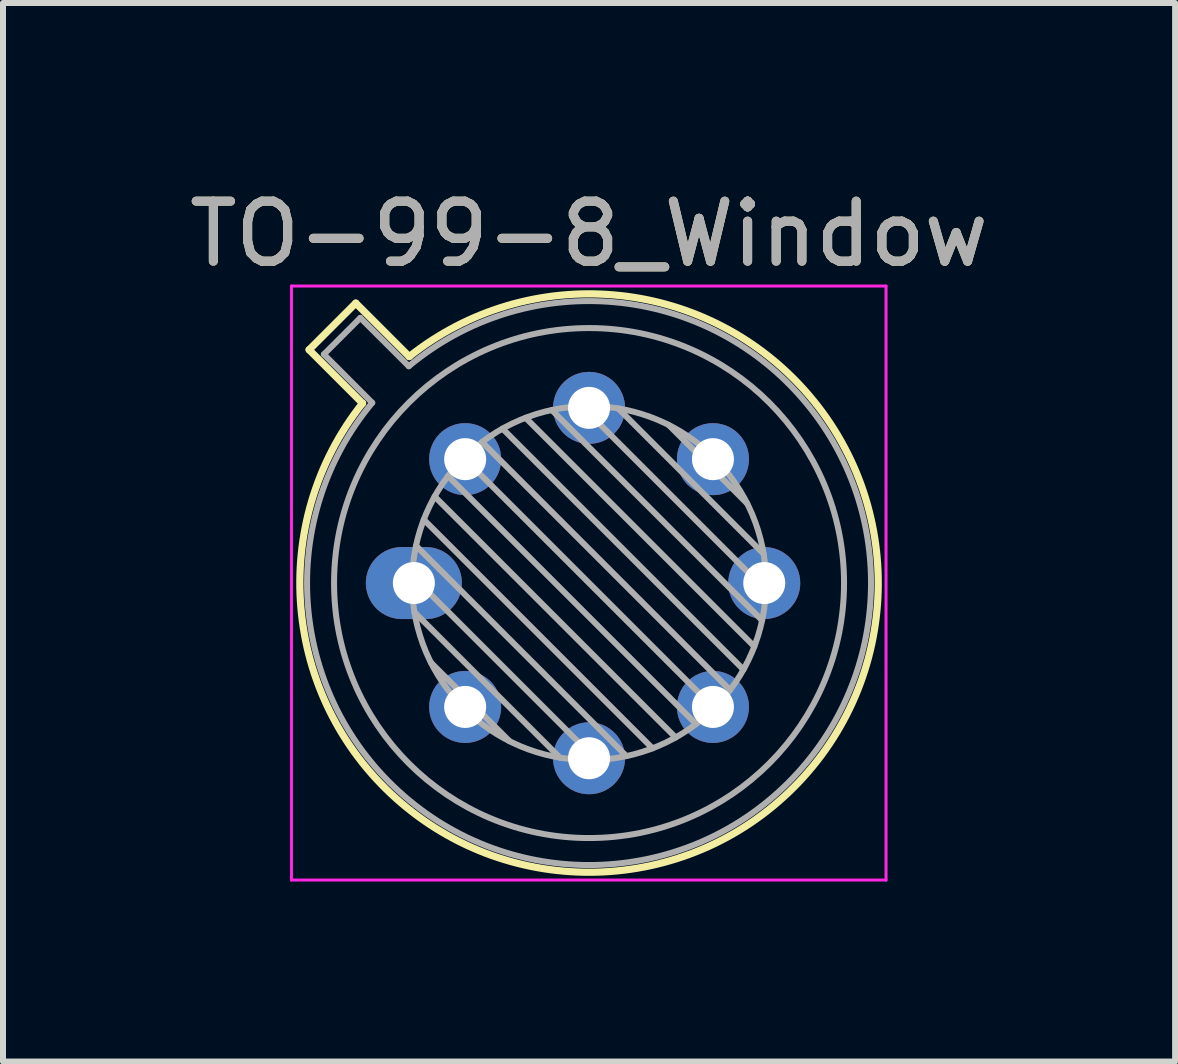
<source format=kicad_pcb>
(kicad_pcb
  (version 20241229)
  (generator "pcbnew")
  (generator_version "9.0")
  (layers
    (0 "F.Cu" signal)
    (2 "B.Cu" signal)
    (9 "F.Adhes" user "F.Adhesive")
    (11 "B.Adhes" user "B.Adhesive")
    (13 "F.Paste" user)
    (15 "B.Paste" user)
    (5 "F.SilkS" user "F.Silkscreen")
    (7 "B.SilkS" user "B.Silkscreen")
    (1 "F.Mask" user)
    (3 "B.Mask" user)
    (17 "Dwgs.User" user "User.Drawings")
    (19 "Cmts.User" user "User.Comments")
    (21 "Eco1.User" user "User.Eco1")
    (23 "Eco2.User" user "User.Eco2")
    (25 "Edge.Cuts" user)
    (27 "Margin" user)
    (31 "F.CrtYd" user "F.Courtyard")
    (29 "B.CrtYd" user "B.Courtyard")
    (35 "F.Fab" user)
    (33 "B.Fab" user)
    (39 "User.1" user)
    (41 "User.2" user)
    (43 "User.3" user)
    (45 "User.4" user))
  (footprint "TO-99-8_Window"
    (layer "F.Cu")
    (at 3.848 6.668)
    (property "Reference" "TO-99-8_Window" (at 2.92 -5.82 0) (layer "F.SilkS") (effects (font (size 1 1) (thickness 0.15))))
    (attr through_hole)
    (fp_line (start -1.746 -3.888) (end -0.855 -2.997) (stroke (width 0.12) (type solid)) (layer "F.SilkS"))
    (fp_line (start -0.968 -4.666) (end -1.746 -3.888) (stroke (width 0.12) (type solid)) (layer "F.SilkS"))
    (fp_line (start -0.077 -3.775) (end -0.968 -4.666) (stroke (width 0.12) (type solid)) (layer "F.SilkS"))
    (fp_arc (start -0.077084 -3.774902) (mid 6.328125 3.408384) (end -0.854674 -2.997371) (stroke (width 0.12) (type solid)) (layer "F.SilkS"))
    (fp_line (start -2.04 -4.95) (end -2.04 4.95) (stroke (width 0.05) (type solid)) (layer "F.CrtYd"))
    (fp_line (start -2.04 4.95) (end 7.87 4.95) (stroke (width 0.05) (type solid)) (layer "F.CrtYd"))
    (fp_line (start 7.87 -4.95) (end -2.04 -4.95) (stroke (width 0.05) (type solid)) (layer "F.CrtYd"))
    (fp_line (start 7.87 4.95) (end 7.87 -4.95) (stroke (width 0.05) (type solid)) (layer "F.CrtYd"))
    (fp_line (start -1.5 -3.812) (end -0.694 -3.005) (stroke (width 0.1) (type solid)) (layer "F.Fab"))
    (fp_line (start -0.892 -4.42) (end -1.5 -3.812) (stroke (width 0.1) (type solid)) (layer "F.Fab"))
    (fp_line (start -0.085 -3.614) (end -0.892 -4.42) (stroke (width 0.1) (type solid)) (layer "F.Fab"))
    (fp_line (start -0.028 -0.12) (end 3.04 2.948) (stroke (width 0.1) (type solid)) (layer "F.Fab"))
    (fp_line (start 0.009 0.485) (end 2.435 2.911) (stroke (width 0.1) (type solid)) (layer "F.Fab"))
    (fp_line (start 0.036 -0.622) (end 3.542 2.884) (stroke (width 0.1) (type solid)) (layer "F.Fab"))
    (fp_line (start 0.165 -1.058) (end 3.978 2.755) (stroke (width 0.1) (type solid)) (layer "F.Fab"))
    (fp_line (start 0.283 1.324) (end 1.596 2.637) (stroke (width 0.1) (type solid)) (layer "F.Fab"))
    (fp_line (start 0.346 -1.443) (end 4.363 2.574) (stroke (width 0.1) (type solid)) (layer "F.Fab"))
    (fp_line (start 0.57 -1.784) (end 4.704 2.35) (stroke (width 0.1) (type solid)) (layer "F.Fab"))
    (fp_line (start 0.834 -2.086) (end 5.006 2.086) (stroke (width 0.1) (type solid)) (layer "F.Fab"))
    (fp_line (start 1.136 -2.35) (end 5.27 1.784) (stroke (width 0.1) (type solid)) (layer "F.Fab"))
    (fp_line (start 1.477 -2.574) (end 5.494 1.443) (stroke (width 0.1) (type solid)) (layer "F.Fab"))
    (fp_line (start 1.862 -2.755) (end 5.675 1.058) (stroke (width 0.1) (type solid)) (layer "F.Fab"))
    (fp_line (start 2.298 -2.884) (end 5.804 0.622) (stroke (width 0.1) (type solid)) (layer "F.Fab"))
    (fp_line (start 2.8 -2.948) (end 5.868 0.12) (stroke (width 0.1) (type solid)) (layer "F.Fab"))
    (fp_line (start 3.405 -2.911) (end 5.831 -0.485) (stroke (width 0.1) (type solid)) (layer "F.Fab"))
    (fp_line (start 4.244 -2.637) (end 5.557 -1.324) (stroke (width 0.1) (type solid)) (layer "F.Fab"))
    (fp_arc (start -0.085408 -3.61352) (mid 6.243443 3.323361) (end -0.693594 -3.005319) (stroke (width 0.1) (type solid)) (layer "F.Fab"))
    (fp_circle (center 2.92 0) (end 5.87 0) (stroke (width 0.1) (type solid)) (fill no) (layer "F.Fab"))
    (fp_circle (center 2.92 0) (end 7.17 0) (stroke (width 0.1) (type solid)) (fill no) (layer "F.Fab"))
    (fp_text user "${REFERENCE}" (at 2.92 -5.82 0) (layer "F.Fab") (effects (font (size 1 1) (thickness 0.15))))
    (pad "1" thru_hole oval (at 0 0) (size 1.6 1.2) (drill 0.7) (layers "*.Cu" "*.Mask"))
    (pad "2" thru_hole oval (at 0.855 2.065) (size 1.2 1.2) (drill 0.7) (layers "*.Cu" "*.Mask"))
    (pad "3" thru_hole oval (at 2.92 2.92) (size 1.2 1.2) (drill 0.7) (layers "*.Cu" "*.Mask"))
    (pad "4" thru_hole oval (at 4.985 2.065) (size 1.2 1.2) (drill 0.7) (layers "*.Cu" "*.Mask"))
    (pad "5" thru_hole oval (at 5.84 0) (size 1.2 1.2) (drill 0.7) (layers "*.Cu" "*.Mask"))
    (pad "6" thru_hole oval (at 4.985 -2.065) (size 1.2 1.2) (drill 0.7) (layers "*.Cu" "*.Mask"))
    (pad "7" thru_hole oval (at 2.92 -2.92) (size 1.2 1.2) (drill 0.7) (layers "*.Cu" "*.Mask"))
    (pad "8" thru_hole oval (at 0.855 -2.065) (size 1.2 1.2) (drill 0.7) (layers "*.Cu" "*.Mask")))
  (gr_rect
    (start -3 -3)
    (end 16.536 14.643)
    (stroke (width 0.1) (type default))
    (fill no)
    (layer "Edge.Cuts")))
</source>
